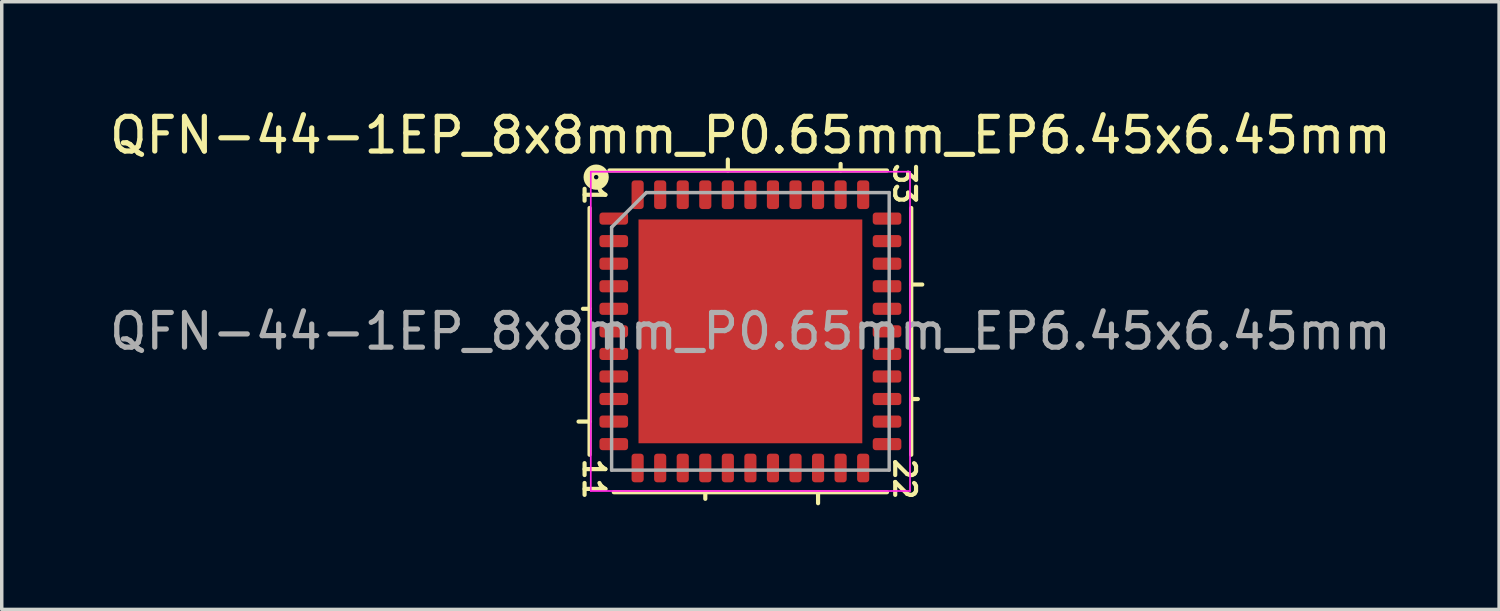
<source format=kicad_pcb>
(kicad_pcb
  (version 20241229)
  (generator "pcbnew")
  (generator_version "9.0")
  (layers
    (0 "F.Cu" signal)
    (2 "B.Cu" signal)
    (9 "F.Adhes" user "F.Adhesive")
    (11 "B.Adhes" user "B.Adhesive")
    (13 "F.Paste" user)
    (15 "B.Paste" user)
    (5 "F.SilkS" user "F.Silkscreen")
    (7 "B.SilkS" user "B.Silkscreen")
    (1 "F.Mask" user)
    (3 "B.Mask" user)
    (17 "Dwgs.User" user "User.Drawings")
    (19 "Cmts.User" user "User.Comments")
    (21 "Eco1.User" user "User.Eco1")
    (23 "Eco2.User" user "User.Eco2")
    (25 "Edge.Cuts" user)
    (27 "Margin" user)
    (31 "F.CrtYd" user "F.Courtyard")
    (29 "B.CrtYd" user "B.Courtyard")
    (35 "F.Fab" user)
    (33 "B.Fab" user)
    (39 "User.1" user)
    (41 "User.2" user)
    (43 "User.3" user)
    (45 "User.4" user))
  (footprint "QFN-44-1EP_8x8mm_P0.65mm_EP6.45x6.45mm"
    (layer "F.Cu")
    (at 18.577 6.5)
    (property "Reference" "QFN-44-1EP_8x8mm_P0.65mm_EP6.45x6.45mm" (at 0 -5.652 0) (layer "F.SilkS") (effects (font (size 1 1) (thickness 0.15))))
    (attr smd)
    (fp_line (start -4.636 -3.556) (end -4.636 3.556) (stroke (width 0.12) (type solid)) (layer "F.SilkS"))
    (fp_line (start -4.636 -0.65) (end -4.826 -0.65) (stroke (width 0.12) (type solid)) (layer "F.SilkS"))
    (fp_line (start -4.636 2.6) (end -4.953 2.6) (stroke (width 0.12) (type solid)) (layer "F.SilkS"))
    (fp_line (start -3.937 4.636) (end 3.937 4.636) (stroke (width 0.12) (type solid)) (layer "F.SilkS"))
    (fp_line (start -1.3 4.636) (end -1.3 4.826) (stroke (width 0.12) (type solid)) (layer "F.SilkS"))
    (fp_line (start -0.65 -4.636) (end -0.65 -4.953) (stroke (width 0.12) (type solid)) (layer "F.SilkS"))
    (fp_line (start 1.95 4.636) (end 1.95 4.953) (stroke (width 0.12) (type solid)) (layer "F.SilkS"))
    (fp_line (start 2.6 -4.636) (end 2.6 -4.826) (stroke (width 0.12) (type solid)) (layer "F.SilkS"))
    (fp_line (start 3.937 -4.636) (end -4.064 -4.636) (stroke (width 0.12) (type solid)) (layer "F.SilkS"))
    (fp_line (start 4.636 -1.35) (end 4.953 -1.35) (stroke (width 0.12) (type solid)) (layer "F.SilkS"))
    (fp_line (start 4.636 1.95) (end 4.826 1.95) (stroke (width 0.12) (type solid)) (layer "F.SilkS"))
    (fp_line (start 4.636 3.556) (end 4.636 -3.556) (stroke (width 0.12) (type solid)) (layer "F.SilkS"))
    (fp_circle (center -4.445 -4.445) (end -4.381 -4.445) (stroke (width 0.3) (type solid)) (fill no) (layer "F.SilkS"))
    (fp_line (start -4.6 -4.6) (end -4.6 4.6) (stroke (width 0.05) (type solid)) (layer "F.CrtYd"))
    (fp_line (start -4.6 4.6) (end 4.6 4.6) (stroke (width 0.05) (type solid)) (layer "F.CrtYd"))
    (fp_line (start 4.6 -4.6) (end -4.6 -4.6) (stroke (width 0.05) (type solid)) (layer "F.CrtYd"))
    (fp_line (start 4.6 4.6) (end 4.6 -4.6) (stroke (width 0.05) (type solid)) (layer "F.CrtYd"))
    (fp_line (start -4 -3) (end -3 -4) (stroke (width 0.1) (type solid)) (layer "F.Fab"))
    (fp_line (start -4 4) (end -4 -3) (stroke (width 0.1) (type solid)) (layer "F.Fab"))
    (fp_line (start -3 -4) (end 4 -4) (stroke (width 0.1) (type solid)) (layer "F.Fab"))
    (fp_line (start 4 -4) (end 4 4) (stroke (width 0.1) (type solid)) (layer "F.Fab"))
    (fp_line (start 4 4) (end -4 4) (stroke (width 0.1) (type solid)) (layer "F.Fab"))
    (fp_text user "33" (at 4.445 -4.255 270) (unlocked yes) (layer "F.SilkS") (effects (font (size 0.6 0.6) (thickness 0.12))))
    (fp_text user "1" (at -4.508 -3.937 270) (unlocked yes) (layer "F.SilkS") (effects (font (size 0.6 0.6) (thickness 0.12))))
    (fp_text user "22" (at 4.445 4.255 270) (unlocked yes) (layer "F.SilkS") (effects (font (size 0.6 0.6) (thickness 0.12))))
    (fp_text user "11" (at -4.508 4.255 270) (unlocked yes) (layer "F.SilkS") (effects (font (size 0.6 0.6) (thickness 0.12))))
    (fp_text user "${REFERENCE}" (at 0 0 0) (layer "F.Fab") (effects (font (size 1 1) (thickness 0.15))))
    (pad "" smd roundrect (at -2.58 -2.58) (size 1.04 1.04) (layers "F.Paste") (roundrect_rratio 0.24))
    (pad "" smd roundrect (at -2.58 -1.29) (size 1.04 1.04) (layers "F.Paste") (roundrect_rratio 0.24))
    (pad "" smd roundrect (at -2.58 0) (size 1.04 1.04) (layers "F.Paste") (roundrect_rratio 0.24))
    (pad "" smd roundrect (at -2.58 1.29) (size 1.04 1.04) (layers "F.Paste") (roundrect_rratio 0.24))
    (pad "" smd roundrect (at -2.58 2.58) (size 1.04 1.04) (layers "F.Paste") (roundrect_rratio 0.24))
    (pad "" smd roundrect (at -1.29 -2.58) (size 1.04 1.04) (layers "F.Paste") (roundrect_rratio 0.24))
    (pad "" smd roundrect (at -1.29 -1.29) (size 1.04 1.04) (layers "F.Paste") (roundrect_rratio 0.24))
    (pad "" smd roundrect (at -1.29 0) (size 1.04 1.04) (layers "F.Paste") (roundrect_rratio 0.24))
    (pad "" smd roundrect (at -1.29 1.29) (size 1.04 1.04) (layers "F.Paste") (roundrect_rratio 0.24))
    (pad "" smd roundrect (at -1.29 2.58) (size 1.04 1.04) (layers "F.Paste") (roundrect_rratio 0.24))
    (pad "" smd roundrect (at 0 -2.58) (size 1.04 1.04) (layers "F.Paste") (roundrect_rratio 0.24))
    (pad "" smd roundrect (at 0 -1.29) (size 1.04 1.04) (layers "F.Paste") (roundrect_rratio 0.24))
    (pad "" smd roundrect (at 0 0) (size 1.04 1.04) (layers "F.Paste") (roundrect_rratio 0.24))
    (pad "" smd roundrect (at 0 1.29) (size 1.04 1.04) (layers "F.Paste") (roundrect_rratio 0.24))
    (pad "" smd roundrect (at 0 2.58) (size 1.04 1.04) (layers "F.Paste") (roundrect_rratio 0.24))
    (pad "" smd roundrect (at 1.29 -2.58) (size 1.04 1.04) (layers "F.Paste") (roundrect_rratio 0.24))
    (pad "" smd roundrect (at 1.29 -1.29) (size 1.04 1.04) (layers "F.Paste") (roundrect_rratio 0.24))
    (pad "" smd roundrect (at 1.29 0) (size 1.04 1.04) (layers "F.Paste") (roundrect_rratio 0.24))
    (pad "" smd roundrect (at 1.29 1.29) (size 1.04 1.04) (layers "F.Paste") (roundrect_rratio 0.24))
    (pad "" smd roundrect (at 1.29 2.58) (size 1.04 1.04) (layers "F.Paste") (roundrect_rratio 0.24))
    (pad "" smd roundrect (at 2.58 -2.58) (size 1.04 1.04) (layers "F.Paste") (roundrect_rratio 0.24))
    (pad "" smd roundrect (at 2.58 -1.29) (size 1.04 1.04) (layers "F.Paste") (roundrect_rratio 0.24))
    (pad "" smd roundrect (at 2.58 0) (size 1.04 1.04) (layers "F.Paste") (roundrect_rratio 0.24))
    (pad "" smd roundrect (at 2.58 1.29) (size 1.04 1.04) (layers "F.Paste") (roundrect_rratio 0.24))
    (pad "" smd roundrect (at 2.58 2.58) (size 1.04 1.04) (layers "F.Paste") (roundrect_rratio 0.24))
    (pad "1" smd roundrect (at -3.938 -3.25) (size 0.825 0.35) (layers "F.Cu" "F.Mask" "F.Paste") (roundrect_rratio 0.25))
    (pad "2" smd roundrect (at -3.938 -2.6) (size 0.825 0.35) (layers "F.Cu" "F.Mask" "F.Paste") (roundrect_rratio 0.25))
    (pad "3" smd roundrect (at -3.938 -1.95) (size 0.825 0.35) (layers "F.Cu" "F.Mask" "F.Paste") (roundrect_rratio 0.25))
    (pad "4" smd roundrect (at -3.938 -1.3) (size 0.825 0.35) (layers "F.Cu" "F.Mask" "F.Paste") (roundrect_rratio 0.25))
    (pad "5" smd roundrect (at -3.938 -0.65) (size 0.825 0.35) (layers "F.Cu" "F.Mask" "F.Paste") (roundrect_rratio 0.25))
    (pad "6" smd roundrect (at -3.938 0) (size 0.825 0.35) (layers "F.Cu" "F.Mask" "F.Paste") (roundrect_rratio 0.25))
    (pad "7" smd roundrect (at -3.938 0.65) (size 0.825 0.35) (layers "F.Cu" "F.Mask" "F.Paste") (roundrect_rratio 0.25))
    (pad "8" smd roundrect (at -3.938 1.3) (size 0.825 0.35) (layers "F.Cu" "F.Mask" "F.Paste") (roundrect_rratio 0.25))
    (pad "9" smd roundrect (at -3.938 1.95) (size 0.825 0.35) (layers "F.Cu" "F.Mask" "F.Paste") (roundrect_rratio 0.25))
    (pad "10" smd roundrect (at -3.938 2.6) (size 0.825 0.35) (layers "F.Cu" "F.Mask" "F.Paste") (roundrect_rratio 0.25))
    (pad "11" smd roundrect (at -3.938 3.25) (size 0.825 0.35) (layers "F.Cu" "F.Mask" "F.Paste") (roundrect_rratio 0.25))
    (pad "12" smd roundrect (at -3.25 3.938) (size 0.35 0.825) (layers "F.Cu" "F.Mask" "F.Paste") (roundrect_rratio 0.25))
    (pad "13" smd roundrect (at -2.6 3.938) (size 0.35 0.825) (layers "F.Cu" "F.Mask" "F.Paste") (roundrect_rratio 0.25))
    (pad "14" smd roundrect (at -1.95 3.938) (size 0.35 0.825) (layers "F.Cu" "F.Mask" "F.Paste") (roundrect_rratio 0.25))
    (pad "15" smd roundrect (at -1.3 3.938) (size 0.35 0.825) (layers "F.Cu" "F.Mask" "F.Paste") (roundrect_rratio 0.25))
    (pad "16" smd roundrect (at -0.65 3.938) (size 0.35 0.825) (layers "F.Cu" "F.Mask" "F.Paste") (roundrect_rratio 0.25))
    (pad "17" smd roundrect (at 0 3.938) (size 0.35 0.825) (layers "F.Cu" "F.Mask" "F.Paste") (roundrect_rratio 0.25))
    (pad "18" smd roundrect (at 0.65 3.938) (size 0.35 0.825) (layers "F.Cu" "F.Mask" "F.Paste") (roundrect_rratio 0.25))
    (pad "19" smd roundrect (at 1.3 3.938) (size 0.35 0.825) (layers "F.Cu" "F.Mask" "F.Paste") (roundrect_rratio 0.25))
    (pad "20" smd roundrect (at 1.95 3.938) (size 0.35 0.825) (layers "F.Cu" "F.Mask" "F.Paste") (roundrect_rratio 0.25))
    (pad "21" smd roundrect (at 2.6 3.938) (size 0.35 0.825) (layers "F.Cu" "F.Mask" "F.Paste") (roundrect_rratio 0.25))
    (pad "22" smd roundrect (at 3.25 3.938) (size 0.35 0.825) (layers "F.Cu" "F.Mask" "F.Paste") (roundrect_rratio 0.25))
    (pad "23" smd roundrect (at 3.938 3.25) (size 0.825 0.35) (layers "F.Cu" "F.Mask" "F.Paste") (roundrect_rratio 0.25))
    (pad "24" smd roundrect (at 3.938 2.6) (size 0.825 0.35) (layers "F.Cu" "F.Mask" "F.Paste") (roundrect_rratio 0.25))
    (pad "25" smd roundrect (at 3.938 1.95) (size 0.825 0.35) (layers "F.Cu" "F.Mask" "F.Paste") (roundrect_rratio 0.25))
    (pad "26" smd roundrect (at 3.938 1.3) (size 0.825 0.35) (layers "F.Cu" "F.Mask" "F.Paste") (roundrect_rratio 0.25))
    (pad "27" smd roundrect (at 3.938 0.65) (size 0.825 0.35) (layers "F.Cu" "F.Mask" "F.Paste") (roundrect_rratio 0.25))
    (pad "28" smd roundrect (at 3.938 0) (size 0.825 0.35) (layers "F.Cu" "F.Mask" "F.Paste") (roundrect_rratio 0.25))
    (pad "29" smd roundrect (at 3.938 -0.65) (size 0.825 0.35) (layers "F.Cu" "F.Mask" "F.Paste") (roundrect_rratio 0.25))
    (pad "30" smd roundrect (at 3.938 -1.3) (size 0.825 0.35) (layers "F.Cu" "F.Mask" "F.Paste") (roundrect_rratio 0.25))
    (pad "31" smd roundrect (at 3.938 -1.95) (size 0.825 0.35) (layers "F.Cu" "F.Mask" "F.Paste") (roundrect_rratio 0.25))
    (pad "32" smd roundrect (at 3.938 -2.6) (size 0.825 0.35) (layers "F.Cu" "F.Mask" "F.Paste") (roundrect_rratio 0.25))
    (pad "33" smd roundrect (at 3.938 -3.25) (size 0.825 0.35) (layers "F.Cu" "F.Mask" "F.Paste") (roundrect_rratio 0.25))
    (pad "34" smd roundrect (at 3.25 -3.938) (size 0.35 0.825) (layers "F.Cu" "F.Mask" "F.Paste") (roundrect_rratio 0.25))
    (pad "35" smd roundrect (at 2.6 -3.938) (size 0.35 0.825) (layers "F.Cu" "F.Mask" "F.Paste") (roundrect_rratio 0.25))
    (pad "36" smd roundrect (at 1.95 -3.938) (size 0.35 0.825) (layers "F.Cu" "F.Mask" "F.Paste") (roundrect_rratio 0.25))
    (pad "37" smd roundrect (at 1.3 -3.938) (size 0.35 0.825) (layers "F.Cu" "F.Mask" "F.Paste") (roundrect_rratio 0.25))
    (pad "38" smd roundrect (at 0.65 -3.938) (size 0.35 0.825) (layers "F.Cu" "F.Mask" "F.Paste") (roundrect_rratio 0.25))
    (pad "39" smd roundrect (at 0 -3.938) (size 0.35 0.825) (layers "F.Cu" "F.Mask" "F.Paste") (roundrect_rratio 0.25))
    (pad "40" smd roundrect (at -0.65 -3.938) (size 0.35 0.825) (layers "F.Cu" "F.Mask" "F.Paste") (roundrect_rratio 0.25))
    (pad "41" smd roundrect (at -1.3 -3.938) (size 0.35 0.825) (layers "F.Cu" "F.Mask" "F.Paste") (roundrect_rratio 0.25))
    (pad "42" smd roundrect (at -1.95 -3.938) (size 0.35 0.825) (layers "F.Cu" "F.Mask" "F.Paste") (roundrect_rratio 0.25))
    (pad "43" smd roundrect (at -2.6 -3.938) (size 0.35 0.825) (layers "F.Cu" "F.Mask" "F.Paste") (roundrect_rratio 0.25))
    (pad "44" smd roundrect (at -3.25 -3.938) (size 0.35 0.825) (layers "F.Cu" "F.Mask" "F.Paste") (roundrect_rratio 0.25))
    (pad "45" smd rect (at 0 0) (size 6.45 6.45) (layers "F.Cu" "F.Mask")))
  (gr_rect
    (start -3 -3)
    (end 40.155 14.513)
    (stroke (width 0.1) (type default))
    (fill no)
    (layer "Edge.Cuts")))
</source>
